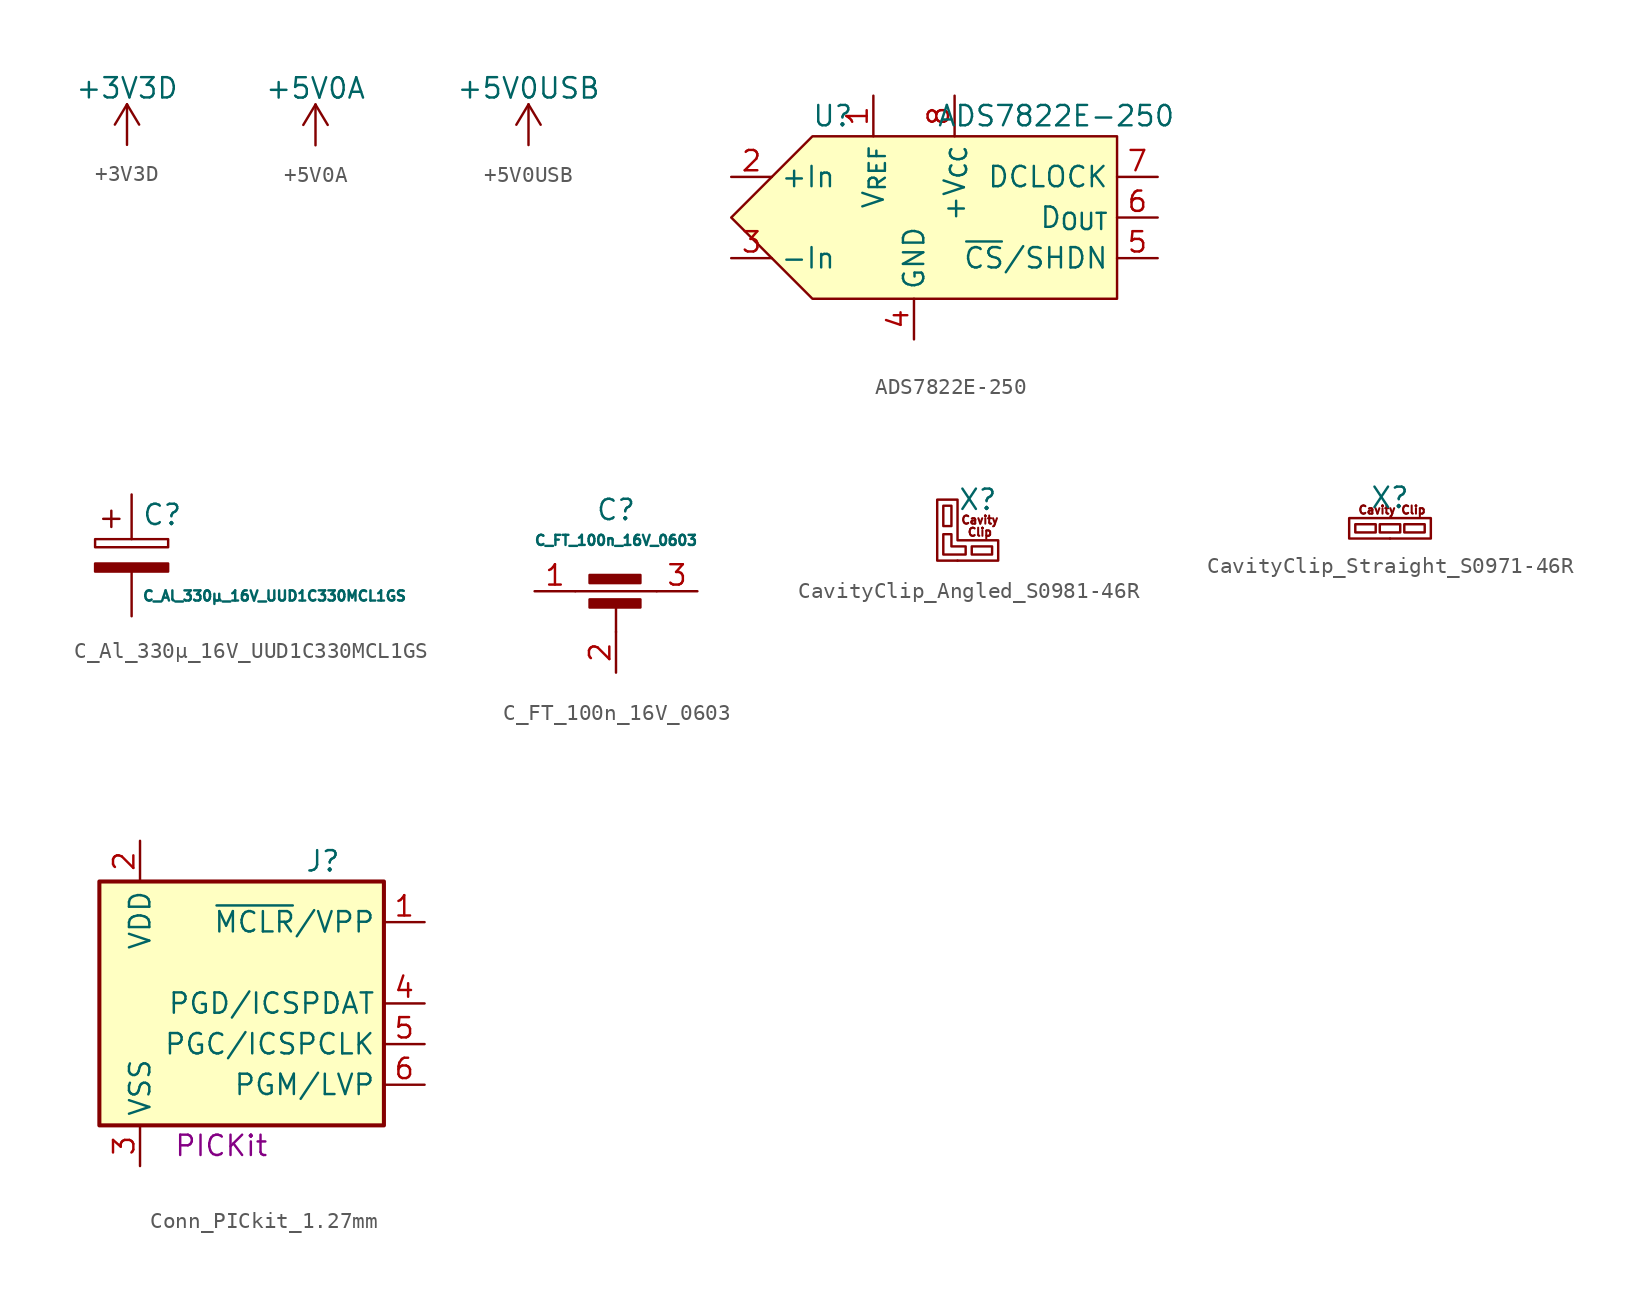
<source format=kicad_sym>
(kicad_symbol_lib
  (version 20211014)
  (generator kicad_symbol_editor)
  (symbol "+3V3D"
    (power)
    (pin_names
      (offset 0))
    (property "Reference" "#PWR"
      (at 0 -3.81 0)
      (effects (font (size 1.27 1.27)) hide))
    (property "Value" "+3V3D"
      (at 0 3.556 0)
      (effects (font (size 1.27 1.27))))
    (symbol "+3V3D_0_1"
      (polyline (pts (xy -0.762 1.27) (xy 0 2.54)) (stroke (width 0) (type default) (color 0 0 0 0)) (fill (type none)))
      (polyline (pts (xy 0 0) (xy 0 2.54)) (stroke (width 0) (type default) (color 0 0 0 0)) (fill (type none)))
      (polyline (pts (xy 0 2.54) (xy 0.762 1.27)) (stroke (width 0) (type default) (color 0 0 0 0)) (fill (type none))))
    (symbol "+3V3D_1_1"
      (pin power_in line (at 0 0 90) (length 0) hide (name "+3V3D" (effects (font (size 1.27 1.27)))) (number "1" (effects (font (size 1.27 1.27)))))))
  (symbol "+5V0A"
    (power)
    (pin_names
      (offset 0))
    (property "Reference" "#PWR"
      (at 0 -3.81 0)
      (effects (font (size 1.27 1.27)) hide))
    (property "Value" "+5V0A"
      (at 0 3.556 0)
      (effects (font (size 1.27 1.27))))
    (symbol "+5V0A_0_1"
      (polyline (pts (xy -0.762 1.27) (xy 0 2.54)) (stroke (width 0) (type default) (color 0 0 0 0)) (fill (type none)))
      (polyline (pts (xy 0 0) (xy 0 2.54)) (stroke (width 0) (type default) (color 0 0 0 0)) (fill (type none)))
      (polyline (pts (xy 0 2.54) (xy 0.762 1.27)) (stroke (width 0) (type default) (color 0 0 0 0)) (fill (type none))))
    (symbol "+5V0A_1_1"
      (pin power_in line (at 0 0 90) (length 0) hide (name "+5V0A" (effects (font (size 1.27 1.27)))) (number "1" (effects (font (size 1.27 1.27)))))))
  (symbol "+5V0USB"
    (power)
    (pin_names
      (offset 0))
    (property "Reference" "#PWR"
      (at 0 -3.81 0)
      (effects (font (size 1.27 1.27)) hide))
    (property "Value" "+5V0USB"
      (at 0 3.556 0)
      (effects (font (size 1.27 1.27))))
    (symbol "+5V0USB_0_1"
      (polyline (pts (xy -0.762 1.27) (xy 0 2.54)) (stroke (width 0) (type default) (color 0 0 0 0)) (fill (type none)))
      (polyline (pts (xy 0 0) (xy 0 2.54)) (stroke (width 0) (type default) (color 0 0 0 0)) (fill (type none)))
      (polyline (pts (xy 0 2.54) (xy 0.762 1.27)) (stroke (width 0) (type default) (color 0 0 0 0)) (fill (type none))))
    (symbol "+5V0USB_1_1"
      (pin power_in line (at 0 0 90) (length 0) hide (name "+5V0USB" (effects (font (size 1.27 1.27)))) (number "1" (effects (font (size 1.27 1.27)))))))
  (symbol "ADS7822E-250"
    (property "Reference" "U"
      (at -7.62 6.35 0)
      (effects (font (size 1.27 1.27))))
    (property "Value" "ADS7822E-250"
      (at 6.35 6.35 0)
      (effects (font (size 1.27 1.27))))
    (symbol "ADS7822E-250_0_1"
      (polyline (pts (xy 10.16 -5.08) (xy -8.89 -5.08) (xy -13.97 0) (xy -8.89 5.08) (xy 10.16 5.08) (xy 10.16 -5.08)) (stroke (width 0) (type default) (color 0 0 0 0)) (fill (type background))))
    (symbol "ADS7822E-250_1_1"
      (pin input line (at -5.08 7.62 270) (length 2.54) (name "V_{REF}" (effects (font (size 1.27 1.27)))) (number "1" (effects (font (size 1.27 1.27)))))
      (pin input line (at -13.97 2.54 0) (length 2.54) (name "+In" (effects (font (size 1.27 1.27)))) (number "2" (effects (font (size 1.27 1.27)))))
      (pin input line (at -13.97 -2.54 0) (length 2.54) (name "-In" (effects (font (size 1.27 1.27)))) (number "3" (effects (font (size 1.27 1.27)))))
      (pin power_in line (at -2.54 -7.62 90) (length 2.54) (name "GND" (effects (font (size 1.27 1.27)))) (number "4" (effects (font (size 1.27 1.27)))))
      (pin input line (at 12.7 -2.54 180) (length 2.54) (name "~{CS}/SHDN" (effects (font (size 1.27 1.27)))) (number "5" (effects (font (size 1.27 1.27)))))
      (pin output line (at 12.7 0 180) (length 2.54) (name "D_{OUT}" (effects (font (size 1.27 1.27)))) (number "6" (effects (font (size 1.27 1.27)))))
      (pin input line (at 12.7 2.54 180) (length 2.54) (name "DCLOCK" (effects (font (size 1.27 1.27)))) (number "7" (effects (font (size 1.27 1.27)))))
      (pin power_in line (at 0 7.62 270) (length 2.54) (name "+V_{CC}" (effects (font (size 1.27 1.27)))) (number "8" (effects (font (size 1.27 1.27)))))))
  (symbol "C_Al_330µ_16V_UUD1C330MCL1GS"
    (pin_numbers hide)
    (pin_names
      (offset 0.254))
    (property "Reference" "C"
      (at 0.635 2.54 0)
      (effects (font (size 1.27 1.27)) (justify left)))
    (property "Value" "C_Al_330µ_16V_UUD1C330MCL1GS"
      (at 0.635 -2.54 0)
      (effects (font (size 0.635 0.635)) (justify left)))
    (symbol "C_Al_330µ_16V_UUD1C330MCL1GS_0_1"
      (rectangle (start -2.286 0.508) (end 2.286 1.016) (stroke (width 0) (type default) (color 0 0 0 0)) (fill (type none)))
      (polyline (pts (xy -1.778 2.286) (xy -0.762 2.286)) (stroke (width 0) (type default) (color 0 0 0 0)) (fill (type none)))
      (polyline (pts (xy -1.27 2.794) (xy -1.27 1.778)) (stroke (width 0) (type default) (color 0 0 0 0)) (fill (type none)))
      (rectangle (start 2.286 -0.508) (end -2.286 -1.016) (stroke (width 0) (type default) (color 0 0 0 0)) (fill (type outline))))
    (symbol "C_Al_330µ_16V_UUD1C330MCL1GS_1_1"
      (pin passive line (at 0 3.81 270) (length 2.794) (name "~" (effects (font (size 1.27 1.27)))) (number "1" (effects (font (size 1.27 1.27)))))
      (pin passive line (at 0 -3.81 90) (length 2.794) (name "~" (effects (font (size 1.27 1.27)))) (number "2" (effects (font (size 1.27 1.27)))))))
  (symbol "C_FT_100n_16V_0603"
    (pin_names
      (offset 0.254) hide)
    (property "Reference" "C"
      (at 0 7.62 0)
      (effects (font (size 1.27 1.27))))
    (property "Value" "C_FT_100n_16V_0603"
      (at 0 5.715 0)
      (effects (font (size 0.63 0.63))))
    (symbol "C_FT_100n_16V_0603_0_1"
      (rectangle (start -1.651 1.524) (end 1.524 2.032) (stroke (width 0) (type default) (color 0 0 0 0)) (fill (type outline)))
      (polyline (pts (xy -2.54 2.54) (xy 2.54 2.54)) (stroke (width 0) (type default) (color 0 0 0 0)) (fill (type none)))
      (polyline (pts (xy 0 0) (xy 0 1.778)) (stroke (width 0) (type default) (color 0 0 0 0)) (fill (type none)))
      (rectangle (start 1.524 3.048) (end -1.651 3.556) (stroke (width 0) (type default) (color 0 0 0 0)) (fill (type outline))))
    (symbol "C_FT_100n_16V_0603_1_1"
      (pin passive line (at -5.08 2.54 0) (length 2.54) (name "1" (effects (font (size 1.27 1.27)))) (number "1" (effects (font (size 1.27 1.27)))))
      (pin passive line (at 0 -2.54 90) (length 2.54) (name "2" (effects (font (size 1.27 1.27)))) (number "2" (effects (font (size 1.27 1.27)))))
      (pin passive line (at 5.08 2.54 180) (length 2.54) (name "3" (effects (font (size 1.27 1.27)))) (number "3" (effects (font (size 1.27 1.27)))))))
  (symbol "CavityClip_Angled_S0981-46R"
    (pin_numbers hide)
    (pin_names
      (offset 1.016) hide)
    (property "Reference" "X"
      (at 1.27 3.81 0)
      (effects (font (size 1.27 1.27))))
    (symbol "CavityClip_Angled_S0981-46R_0_0"
      (text "Cavity" (at 1.397 2.54 0) (effects (font (size 0.508 0.508))))
      (text "Clip" (at 1.397 1.778 0) (effects (font (size 0.508 0.508)))))
    (symbol "CavityClip_Angled_S0981-46R_0_1"
      (rectangle (start -0.889 2.159) (end -0.381 3.429) (stroke (width 0) (type default) (color 0 0 0 0)) (fill (type none)))
      (polyline (pts (xy -1.27 3.81) (xy 0 3.81) (xy 0 1.27) (xy 2.54 1.27) (xy 2.54 0) (xy -1.27 0) (xy -1.27 3.81)) (stroke (width 0) (type default) (color 0 0 0 0)) (fill (type none)))
      (polyline (pts (xy -0.889 1.651) (xy -0.381 1.651) (xy -0.381 0.889) (xy 0.508 0.889) (xy 0.508 0.381) (xy -0.889 0.381) (xy -0.889 1.651)) (stroke (width 0) (type default) (color 0 0 0 0)) (fill (type none)))
      (rectangle (start 0.889 0.889) (end 2.159 0.381) (stroke (width 0) (type default) (color 0 0 0 0)) (fill (type none))))
    (symbol "CavityClip_Angled_S0981-46R_1_1"
      (pin passive line (at 0 0 90) (length 0) (name "e" (effects (font (size 1.27 1.27)))) (number "1" (effects (font (size 1.27 1.27)))))))
  (symbol "CavityClip_Straight_S0971-46R"
    (pin_numbers hide)
    (pin_names
      (offset 1.016) hide)
    (property "Reference" "X"
      (at 0 2.54 0)
      (effects (font (size 1.27 1.27))))
    (symbol "CavityClip_Straight_S0971-46R_0_0"
      (text "Cavity Clip" (at 0.127 1.778 0) (effects (font (size 0.508 0.508)))))
    (symbol "CavityClip_Straight_S0971-46R_0_1"
      (rectangle (start -2.54 1.27) (end 2.54 0) (stroke (width 0) (type default) (color 0 0 0 0)) (fill (type none)))
      (rectangle (start -2.159 0.889) (end -0.889 0.381) (stroke (width 0) (type default) (color 0 0 0 0)) (fill (type none)))
      (rectangle (start -0.635 0.889) (end 0.635 0.381) (stroke (width 0) (type default) (color 0 0 0 0)) (fill (type none)))
      (rectangle (start 0.889 0.889) (end 2.159 0.381) (stroke (width 0) (type default) (color 0 0 0 0)) (fill (type none))))
    (symbol "CavityClip_Straight_S0971-46R_1_1"
      (pin passive line (at 0 0 90) (length 0) (name "e" (effects (font (size 1.27 1.27)))) (number "1" (effects (font (size 1.27 1.27)))))))
  (symbol "Conn_PICkit_1.27mm"
    (property "Reference" "J"
      (at 6.35 8.89 0)
      (effects (font (size 1.27 1.27))))
    (property "Params" "PICKit"
      (at 0 -8.89 0)
      (effects (font (size 1.27 1.27))))
    (symbol "Conn_PICkit_1.27mm_0_1"
      (rectangle (start -7.62 7.62) (end 10.16 -7.62) (stroke (width 0.254) (type default) (color 0 0 0 0)) (fill (type background))))
    (symbol "Conn_PICkit_1.27mm_1_1"
      (pin passive line (at 12.7 5.08 180) (length 2.54) (name "~{MCLR}/VPP" (effects (font (size 1.27 1.27)))) (number "1" (effects (font (size 1.27 1.27)))))
      (pin passive line (at -5.08 10.16 270) (length 2.54) (name "VDD" (effects (font (size 1.27 1.27)))) (number "2" (effects (font (size 1.27 1.27)))))
      (pin power_in line (at -5.08 -10.16 90) (length 2.54) (name "VSS" (effects (font (size 1.27 1.27)))) (number "3" (effects (font (size 1.27 1.27)))))
      (pin bidirectional line (at 12.7 0 180) (length 2.54) (name "PGD/ICSPDAT" (effects (font (size 1.27 1.27)))) (number "4" (effects (font (size 1.27 1.27)))))
      (pin output line (at 12.7 -2.54 180) (length 2.54) (name "PGC/ICSPCLK" (effects (font (size 1.27 1.27)))) (number "5" (effects (font (size 1.27 1.27)))))
      (pin output line (at 12.7 -5.08 180) (length 2.54) (name "PGM/LVP" (effects (font (size 1.27 1.27)))) (number "6" (effects (font (size 1.27 1.27))))))))
</source>
